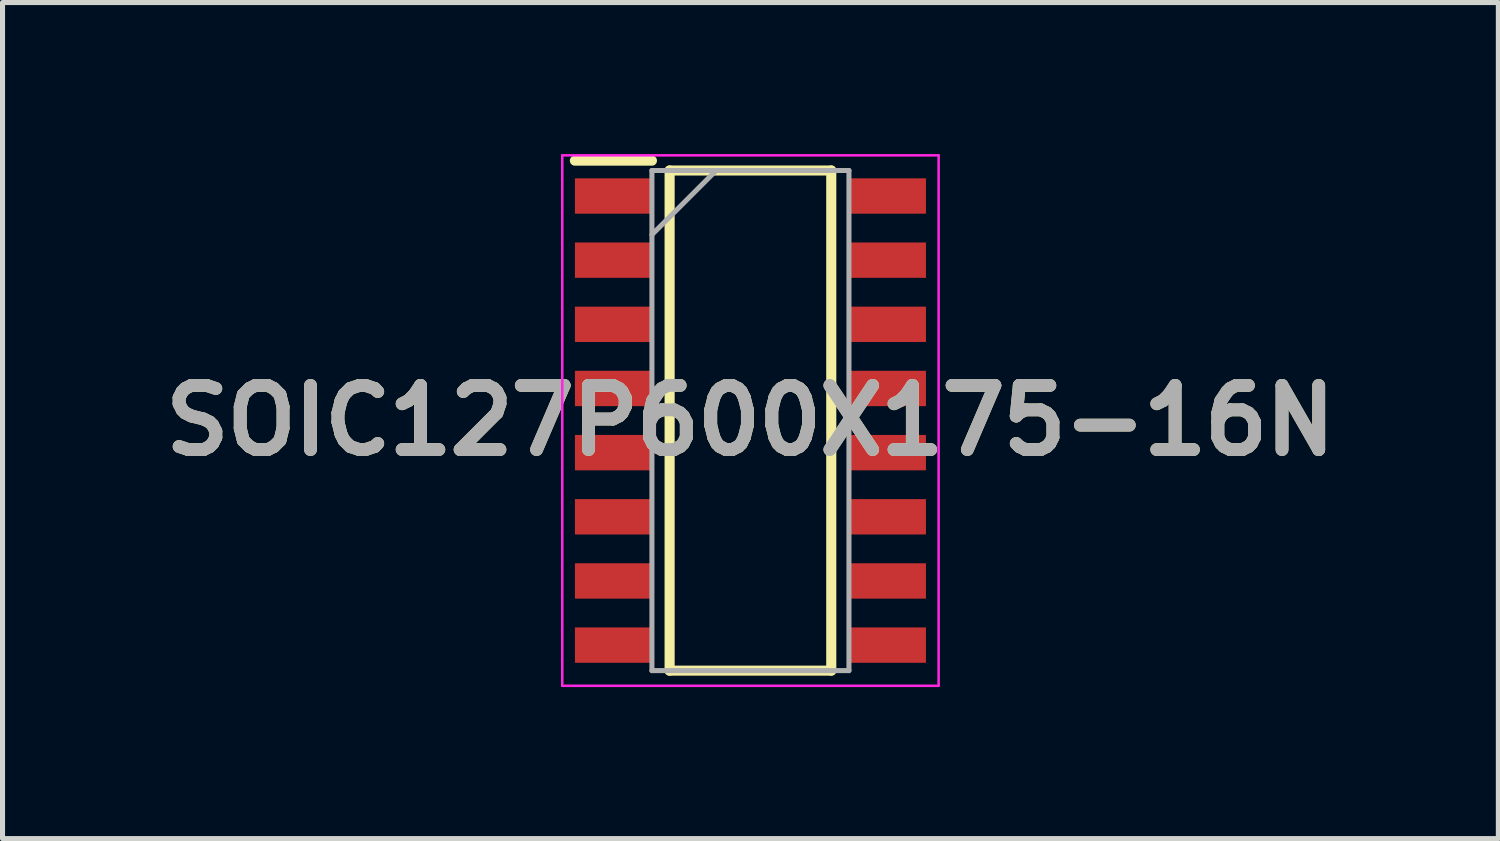
<source format=kicad_pcb>
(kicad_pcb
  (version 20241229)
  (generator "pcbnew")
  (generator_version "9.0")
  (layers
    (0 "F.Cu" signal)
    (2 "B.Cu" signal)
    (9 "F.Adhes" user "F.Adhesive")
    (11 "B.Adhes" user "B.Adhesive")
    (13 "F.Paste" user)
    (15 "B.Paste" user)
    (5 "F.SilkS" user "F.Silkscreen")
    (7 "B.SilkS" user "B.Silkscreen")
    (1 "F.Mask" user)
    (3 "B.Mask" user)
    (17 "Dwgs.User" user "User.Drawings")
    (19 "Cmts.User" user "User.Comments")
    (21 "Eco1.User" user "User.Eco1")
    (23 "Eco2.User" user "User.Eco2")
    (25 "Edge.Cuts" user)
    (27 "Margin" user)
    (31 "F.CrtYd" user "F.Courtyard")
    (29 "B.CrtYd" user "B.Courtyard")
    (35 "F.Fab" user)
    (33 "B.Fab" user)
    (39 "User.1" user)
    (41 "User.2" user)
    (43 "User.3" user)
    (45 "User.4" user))
  (footprint "SOIC127P600X175-16N"
    (layer "F.Cu")
    (at 11.805 5.275)
    (property "Reference" "SOIC127P600X175-16N" (at 0 0 0) (layer "F.SilkS") (effects (font (size 1.27 1.27) (thickness 0.254))))
    (attr smd)
    (fp_line (start -3.475 -5.145) (end -1.95 -5.145) (stroke (width 0.2) (type solid)) (layer "F.SilkS"))
    (fp_line (start -1.6 -4.95) (end 1.6 -4.95) (stroke (width 0.2) (type solid)) (layer "F.SilkS"))
    (fp_line (start -1.6 4.95) (end -1.6 -4.95) (stroke (width 0.2) (type solid)) (layer "F.SilkS"))
    (fp_line (start 1.6 -4.95) (end 1.6 4.95) (stroke (width 0.2) (type solid)) (layer "F.SilkS"))
    (fp_line (start 1.6 4.95) (end -1.6 4.95) (stroke (width 0.2) (type solid)) (layer "F.SilkS"))
    (fp_line (start -3.725 -5.25) (end 3.725 -5.25) (stroke (width 0.05) (type solid)) (layer "F.CrtYd"))
    (fp_line (start -3.725 5.25) (end -3.725 -5.25) (stroke (width 0.05) (type solid)) (layer "F.CrtYd"))
    (fp_line (start 3.725 -5.25) (end 3.725 5.25) (stroke (width 0.05) (type solid)) (layer "F.CrtYd"))
    (fp_line (start 3.725 5.25) (end -3.725 5.25) (stroke (width 0.05) (type solid)) (layer "F.CrtYd"))
    (fp_line (start -1.95 -4.95) (end 1.95 -4.95) (stroke (width 0.1) (type solid)) (layer "F.Fab"))
    (fp_line (start -1.95 -3.68) (end -0.68 -4.95) (stroke (width 0.1) (type solid)) (layer "F.Fab"))
    (fp_line (start -1.95 4.95) (end -1.95 -4.95) (stroke (width 0.1) (type solid)) (layer "F.Fab"))
    (fp_line (start 1.95 -4.95) (end 1.95 4.95) (stroke (width 0.1) (type solid)) (layer "F.Fab"))
    (fp_line (start 1.95 4.95) (end -1.95 4.95) (stroke (width 0.1) (type solid)) (layer "F.Fab"))
    (fp_text user "${REFERENCE}" (at 0 0 0) (layer "F.Fab") (effects (font (size 1.27 1.27) (thickness 0.254))))
    (pad "1" smd rect (at -2.712 -4.445 90) (size 0.7 1.525) (layers "F.Cu" "F.Mask" "F.Paste"))
    (pad "2" smd rect (at -2.712 -3.175 90) (size 0.7 1.525) (layers "F.Cu" "F.Mask" "F.Paste"))
    (pad "3" smd rect (at -2.712 -1.905 90) (size 0.7 1.525) (layers "F.Cu" "F.Mask" "F.Paste"))
    (pad "4" smd rect (at -2.712 -0.635 90) (size 0.7 1.525) (layers "F.Cu" "F.Mask" "F.Paste"))
    (pad "5" smd rect (at -2.712 0.635 90) (size 0.7 1.525) (layers "F.Cu" "F.Mask" "F.Paste"))
    (pad "6" smd rect (at -2.712 1.905 90) (size 0.7 1.525) (layers "F.Cu" "F.Mask" "F.Paste"))
    (pad "7" smd rect (at -2.712 3.175 90) (size 0.7 1.525) (layers "F.Cu" "F.Mask" "F.Paste"))
    (pad "8" smd rect (at -2.712 4.445 90) (size 0.7 1.525) (layers "F.Cu" "F.Mask" "F.Paste"))
    (pad "9" smd rect (at 2.712 4.445 90) (size 0.7 1.525) (layers "F.Cu" "F.Mask" "F.Paste"))
    (pad "10" smd rect (at 2.712 3.175 90) (size 0.7 1.525) (layers "F.Cu" "F.Mask" "F.Paste"))
    (pad "11" smd rect (at 2.712 1.905 90) (size 0.7 1.525) (layers "F.Cu" "F.Mask" "F.Paste"))
    (pad "12" smd rect (at 2.712 0.635 90) (size 0.7 1.525) (layers "F.Cu" "F.Mask" "F.Paste"))
    (pad "13" smd rect (at 2.712 -0.635 90) (size 0.7 1.525) (layers "F.Cu" "F.Mask" "F.Paste"))
    (pad "14" smd rect (at 2.712 -1.905 90) (size 0.7 1.525) (layers "F.Cu" "F.Mask" "F.Paste"))
    (pad "15" smd rect (at 2.712 -3.175 90) (size 0.7 1.525) (layers "F.Cu" "F.Mask" "F.Paste"))
    (pad "16" smd rect (at 2.712 -4.445 90) (size 0.7 1.525) (layers "F.Cu" "F.Mask" "F.Paste")))
  (gr_rect
    (start -3 -3)
    (end 26.61 13.55)
    (stroke (width 0.1) (type default))
    (fill no)
    (layer "Edge.Cuts")))
</source>
